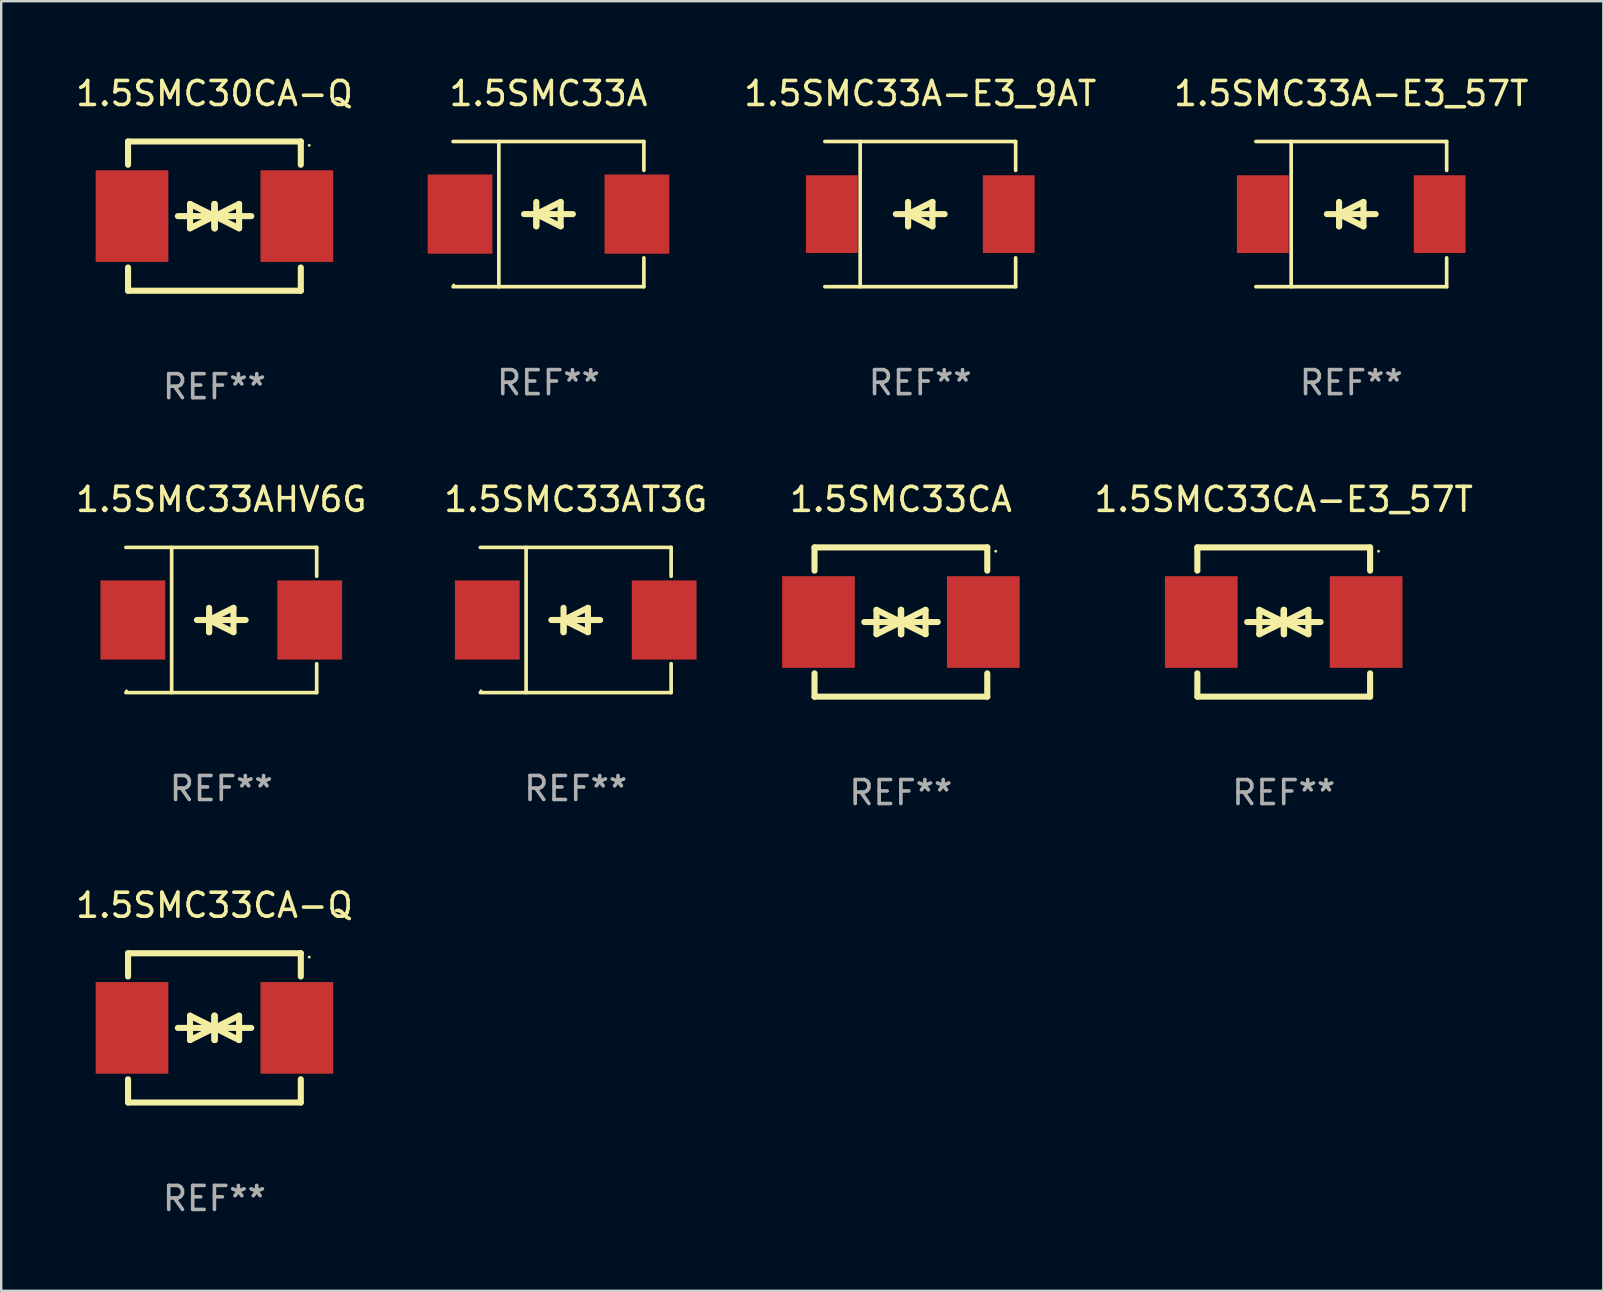
<source format=kicad_pcb>
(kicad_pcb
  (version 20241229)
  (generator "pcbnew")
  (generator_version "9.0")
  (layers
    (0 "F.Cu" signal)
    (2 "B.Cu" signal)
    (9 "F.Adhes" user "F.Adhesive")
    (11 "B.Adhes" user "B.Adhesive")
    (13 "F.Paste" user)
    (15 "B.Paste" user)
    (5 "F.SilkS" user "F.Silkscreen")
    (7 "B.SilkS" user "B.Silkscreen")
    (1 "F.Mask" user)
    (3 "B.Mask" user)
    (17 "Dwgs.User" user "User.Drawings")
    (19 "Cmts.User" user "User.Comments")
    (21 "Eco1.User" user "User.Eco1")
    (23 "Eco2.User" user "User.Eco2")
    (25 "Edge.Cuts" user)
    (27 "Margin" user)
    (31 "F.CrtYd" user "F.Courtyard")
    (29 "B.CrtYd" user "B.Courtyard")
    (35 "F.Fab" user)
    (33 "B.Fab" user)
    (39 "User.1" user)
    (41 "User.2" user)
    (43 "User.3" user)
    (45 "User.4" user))
  (footprint "1.5SMC33AT3G"
    (layer "F.Cu")
    (at 20.946 22.791)
    (property "Reference" "1.5SMC33AT3G" (at 0 -5.026 0) (layer "F.SilkS") (effects (font (size 1 1) (thickness 0.15))))
    (attr through_hole)
    (fp_line (start -3.976 -3.026) (end 3.976 -3.026) (stroke (width 0.152) (type solid)) (layer "F.SilkS"))
    (fp_line (start -3.976 3.026) (end 3.976 3.026) (stroke (width 0.152) (type solid)) (layer "F.SilkS"))
    (fp_line (start -2.069 -3.026) (end -2.069 3.026) (stroke (width 0.152) (type solid)) (layer "F.SilkS"))
    (fp_line (start -0.508 0) (end -0.508 0.508) (stroke (width 0.254) (type solid)) (layer "F.SilkS"))
    (fp_line (start -0.508 0) (end 0.508 0.508) (stroke (width 0.254) (type solid)) (layer "F.SilkS"))
    (fp_line (start -0.508 0.508) (end -0.508 -0.508) (stroke (width 0.254) (type solid)) (layer "F.SilkS"))
    (fp_line (start 0.508 -0.508) (end -0.508 0) (stroke (width 0.254) (type solid)) (layer "F.SilkS"))
    (fp_line (start 0.508 0.508) (end 0.508 -0.508) (stroke (width 0.254) (type solid)) (layer "F.SilkS"))
    (fp_line (start 1.016 0) (end -1.016 0) (stroke (width 0.254) (type solid)) (layer "F.SilkS"))
    (fp_line (start 3.976 -3.026) (end 3.976 -1.823) (stroke (width 0.152) (type solid)) (layer "F.SilkS"))
    (fp_line (start 3.976 3.026) (end 3.976 1.823) (stroke (width 0.152) (type solid)) (layer "F.SilkS"))
    (fp_circle (center -3.95 2.95) (end -3.92 2.95) (stroke (width 0.06) (type solid)) (fill no) (layer "F.SilkS"))
    (fp_text user "REF**" (at 0 7.026 0) (layer "F.Fab") (effects (font (size 1 1) (thickness 0.15))))
    (pad "1" smd rect (at -3.686 0) (size 2.7 3.3) (layers "F.Cu" "F.Mask" "F.Paste"))
    (pad "2" smd rect (at 3.686 0) (size 2.7 3.3) (layers "F.Cu" "F.Mask" "F.Paste")))
  (footprint "1.5SMC33A-E3_9AT"
    (layer "F.Cu")
    (at 35.305 5.874)
    (property "Reference" "1.5SMC33A-E3_9AT" (at 0 -5.026 0) (layer "F.SilkS") (effects (font (size 1 1) (thickness 0.15))))
    (attr through_hole)
    (fp_line (start -3.976 -3.026) (end 3.976 -3.026) (stroke (width 0.152) (type solid)) (layer "F.SilkS"))
    (fp_line (start -3.976 3.026) (end 3.976 3.026) (stroke (width 0.152) (type solid)) (layer "F.SilkS"))
    (fp_line (start -2.504 -3.026) (end -2.504 3.026) (stroke (width 0.152) (type solid)) (layer "F.SilkS"))
    (fp_line (start -0.508 0) (end -0.508 0.508) (stroke (width 0.254) (type solid)) (layer "F.SilkS"))
    (fp_line (start -0.508 0) (end 0.508 0.508) (stroke (width 0.254) (type solid)) (layer "F.SilkS"))
    (fp_line (start -0.508 0.508) (end -0.508 -0.508) (stroke (width 0.254) (type solid)) (layer "F.SilkS"))
    (fp_line (start 0.508 -0.508) (end -0.508 0) (stroke (width 0.254) (type solid)) (layer "F.SilkS"))
    (fp_line (start 0.508 0.508) (end 0.508 -0.508) (stroke (width 0.254) (type solid)) (layer "F.SilkS"))
    (fp_line (start 1.016 0) (end -1.016 0) (stroke (width 0.254) (type solid)) (layer "F.SilkS"))
    (fp_line (start 3.976 -3.026) (end 3.976 -1.823) (stroke (width 0.152) (type solid)) (layer "F.SilkS"))
    (fp_line (start 3.976 3.026) (end 3.976 1.823) (stroke (width 0.152) (type solid)) (layer "F.SilkS"))
    (fp_circle (center 3.95 -2.95) (end 3.98 -2.95) (stroke (width 0.06) (type solid)) (fill no) (layer "F.SilkS"))
    (fp_text user "REF**" (at 0 7.026 0) (layer "F.Fab") (effects (font (size 1 1) (thickness 0.15))))
    (pad "1" smd rect (at 3.686 0 180) (size 2.158 3.24) (layers "F.Cu" "F.Mask" "F.Paste"))
    (pad "2" smd rect (at -3.686 0 180) (size 2.158 3.24) (layers "F.Cu" "F.Mask" "F.Paste")))
  (footprint "1.5SMC33AHV6G"
    (layer "F.Cu")
    (at 6.173 22.791)
    (property "Reference" "1.5SMC33AHV6G" (at 0 -5.026 0) (layer "F.SilkS") (effects (font (size 1 1) (thickness 0.15))))
    (attr through_hole)
    (fp_line (start -3.976 -3.026) (end 3.976 -3.026) (stroke (width 0.152) (type solid)) (layer "F.SilkS"))
    (fp_line (start -3.976 3.026) (end 3.976 3.026) (stroke (width 0.152) (type solid)) (layer "F.SilkS"))
    (fp_line (start -2.069 -3.026) (end -2.069 3.026) (stroke (width 0.152) (type solid)) (layer "F.SilkS"))
    (fp_line (start -0.508 0) (end -0.508 0.508) (stroke (width 0.254) (type solid)) (layer "F.SilkS"))
    (fp_line (start -0.508 0) (end 0.508 0.508) (stroke (width 0.254) (type solid)) (layer "F.SilkS"))
    (fp_line (start -0.508 0.508) (end -0.508 -0.508) (stroke (width 0.254) (type solid)) (layer "F.SilkS"))
    (fp_line (start 0.508 -0.508) (end -0.508 0) (stroke (width 0.254) (type solid)) (layer "F.SilkS"))
    (fp_line (start 0.508 0.508) (end 0.508 -0.508) (stroke (width 0.254) (type solid)) (layer "F.SilkS"))
    (fp_line (start 1.016 0) (end -1.016 0) (stroke (width 0.254) (type solid)) (layer "F.SilkS"))
    (fp_line (start 3.976 -3.026) (end 3.976 -1.823) (stroke (width 0.152) (type solid)) (layer "F.SilkS"))
    (fp_line (start 3.976 3.026) (end 3.976 1.823) (stroke (width 0.152) (type solid)) (layer "F.SilkS"))
    (fp_circle (center -3.95 2.95) (end -3.92 2.95) (stroke (width 0.06) (type solid)) (fill no) (layer "F.SilkS"))
    (fp_text user "REF**" (at 0 7.026 0) (layer "F.Fab") (effects (font (size 1 1) (thickness 0.15))))
    (pad "1" smd rect (at -3.686 0) (size 2.7 3.3) (layers "F.Cu" "F.Mask" "F.Paste"))
    (pad "2" smd rect (at 3.686 0) (size 2.7 3.3) (layers "F.Cu" "F.Mask" "F.Paste")))
  (footprint "1.5SMC33CA"
    (layer "F.Cu")
    (at 34.498 22.875)
    (property "Reference" "1.5SMC33CA" (at 0 -5.11 0) (layer "F.SilkS") (effects (font (size 1 1) (thickness 0.15))))
    (attr through_hole)
    (fp_line (start -3.6 -2.141) (end -3.6 -3.11) (stroke (width 0.254) (type solid)) (layer "F.SilkS"))
    (fp_line (start -3.6 3.11) (end -3.6 2.141) (stroke (width 0.254) (type solid)) (layer "F.SilkS"))
    (fp_line (start -1.524 0) (end 0.508 0) (stroke (width 0.254) (type solid)) (layer "F.SilkS"))
    (fp_line (start -1.016 -0.508) (end -1.016 0.508) (stroke (width 0.254) (type solid)) (layer "F.SilkS"))
    (fp_line (start -1.016 0.508) (end 0 0) (stroke (width 0.254) (type solid)) (layer "F.SilkS"))
    (fp_line (start 0 -0.508) (end 0 0.508) (stroke (width 0.254) (type solid)) (layer "F.SilkS"))
    (fp_line (start 0 0) (end -1.016 -0.508) (stroke (width 0.254) (type solid)) (layer "F.SilkS"))
    (fp_line (start 0 0) (end 0 -0.508) (stroke (width 0.254) (type solid)) (layer "F.SilkS"))
    (fp_line (start 0.012 0) (end 0.012 0.508) (stroke (width 0.254) (type solid)) (layer "F.SilkS"))
    (fp_line (start 0.012 0) (end 1.028 0.508) (stroke (width 0.254) (type solid)) (layer "F.SilkS"))
    (fp_line (start 0.012 0.508) (end 0.012 -0.508) (stroke (width 0.254) (type solid)) (layer "F.SilkS"))
    (fp_line (start 1.028 -0.508) (end 0.012 0) (stroke (width 0.254) (type solid)) (layer "F.SilkS"))
    (fp_line (start 1.028 0.508) (end 1.028 -0.508) (stroke (width 0.254) (type solid)) (layer "F.SilkS"))
    (fp_line (start 1.536 0) (end -0.496 0) (stroke (width 0.254) (type solid)) (layer "F.SilkS"))
    (fp_line (start 3.6 -3.11) (end -3.6 -3.11) (stroke (width 0.254) (type solid)) (layer "F.SilkS"))
    (fp_line (start 3.6 -2.141) (end 3.6 -3.11) (stroke (width 0.254) (type solid)) (layer "F.SilkS"))
    (fp_line (start 3.6 3.11) (end -3.6 3.11) (stroke (width 0.254) (type solid)) (layer "F.SilkS"))
    (fp_line (start 3.6 3.11) (end 3.6 2.141) (stroke (width 0.254) (type solid)) (layer "F.SilkS"))
    (fp_circle (center 3.952 -2.95) (end 3.982 -2.95) (stroke (width 0.06) (type solid)) (fill no) (layer "F.SilkS"))
    (fp_text user "REF**" (at 0 7.11 0) (layer "F.Fab") (effects (font (size 1 1) (thickness 0.15))))
    (pad "1" smd rect (at 3.435 0) (size 3.03 3.82) (layers "F.Cu" "F.Mask" "F.Paste"))
    (pad "2" smd rect (at -3.435 0) (size 3.03 3.82) (layers "F.Cu" "F.Mask" "F.Paste")))
  (footprint "1.5SMC33CA-E3_57T"
    (layer "F.Cu")
    (at 50.454 22.875)
    (property "Reference" "1.5SMC33CA-E3_57T" (at 0 -5.11 0) (layer "F.SilkS") (effects (font (size 1 1) (thickness 0.15))))
    (attr through_hole)
    (fp_line (start -3.6 -2.141) (end -3.6 -3.11) (stroke (width 0.254) (type solid)) (layer "F.SilkS"))
    (fp_line (start -3.6 3.11) (end -3.6 2.141) (stroke (width 0.254) (type solid)) (layer "F.SilkS"))
    (fp_line (start -1.524 0) (end 0.508 0) (stroke (width 0.254) (type solid)) (layer "F.SilkS"))
    (fp_line (start -1.016 -0.508) (end -1.016 0.508) (stroke (width 0.254) (type solid)) (layer "F.SilkS"))
    (fp_line (start -1.016 0.508) (end 0 0) (stroke (width 0.254) (type solid)) (layer "F.SilkS"))
    (fp_line (start 0 -0.508) (end 0 0.508) (stroke (width 0.254) (type solid)) (layer "F.SilkS"))
    (fp_line (start 0 0) (end -1.016 -0.508) (stroke (width 0.254) (type solid)) (layer "F.SilkS"))
    (fp_line (start 0 0) (end 0 -0.508) (stroke (width 0.254) (type solid)) (layer "F.SilkS"))
    (fp_line (start 0.012 0) (end 0.012 0.508) (stroke (width 0.254) (type solid)) (layer "F.SilkS"))
    (fp_line (start 0.012 0) (end 1.028 0.508) (stroke (width 0.254) (type solid)) (layer "F.SilkS"))
    (fp_line (start 0.012 0.508) (end 0.012 -0.508) (stroke (width 0.254) (type solid)) (layer "F.SilkS"))
    (fp_line (start 1.028 -0.508) (end 0.012 0) (stroke (width 0.254) (type solid)) (layer "F.SilkS"))
    (fp_line (start 1.028 0.508) (end 1.028 -0.508) (stroke (width 0.254) (type solid)) (layer "F.SilkS"))
    (fp_line (start 1.536 0) (end -0.496 0) (stroke (width 0.254) (type solid)) (layer "F.SilkS"))
    (fp_line (start 3.6 -3.11) (end -3.6 -3.11) (stroke (width 0.254) (type solid)) (layer "F.SilkS"))
    (fp_line (start 3.6 -2.141) (end 3.6 -3.11) (stroke (width 0.254) (type solid)) (layer "F.SilkS"))
    (fp_line (start 3.6 3.11) (end -3.6 3.11) (stroke (width 0.254) (type solid)) (layer "F.SilkS"))
    (fp_line (start 3.6 3.11) (end 3.6 2.141) (stroke (width 0.254) (type solid)) (layer "F.SilkS"))
    (fp_circle (center 3.952 -2.95) (end 3.982 -2.95) (stroke (width 0.06) (type solid)) (fill no) (layer "F.SilkS"))
    (fp_text user "REF**" (at 0 7.11 0) (layer "F.Fab") (effects (font (size 1 1) (thickness 0.15))))
    (pad "1" smd rect (at 3.435 0) (size 3.03 3.82) (layers "F.Cu" "F.Mask" "F.Paste"))
    (pad "2" smd rect (at -3.435 0) (size 3.03 3.82) (layers "F.Cu" "F.Mask" "F.Paste")))
  (footprint "1.5SMC33A"
    (layer "F.Cu")
    (at 19.81 5.874)
    (property "Reference" "1.5SMC33A" (at 0 -5.026 0) (layer "F.SilkS") (effects (font (size 1 1) (thickness 0.15))))
    (attr through_hole)
    (fp_line (start -3.976 -3.026) (end 3.976 -3.026) (stroke (width 0.152) (type solid)) (layer "F.SilkS"))
    (fp_line (start -3.976 3.026) (end 3.976 3.026) (stroke (width 0.152) (type solid)) (layer "F.SilkS"))
    (fp_line (start -2.069 -3.026) (end -2.069 3.026) (stroke (width 0.152) (type solid)) (layer "F.SilkS"))
    (fp_line (start -0.508 0) (end -0.508 0.508) (stroke (width 0.254) (type solid)) (layer "F.SilkS"))
    (fp_line (start -0.508 0) (end 0.508 0.508) (stroke (width 0.254) (type solid)) (layer "F.SilkS"))
    (fp_line (start -0.508 0.508) (end -0.508 -0.508) (stroke (width 0.254) (type solid)) (layer "F.SilkS"))
    (fp_line (start 0.508 -0.508) (end -0.508 0) (stroke (width 0.254) (type solid)) (layer "F.SilkS"))
    (fp_line (start 0.508 0.508) (end 0.508 -0.508) (stroke (width 0.254) (type solid)) (layer "F.SilkS"))
    (fp_line (start 1.016 0) (end -1.016 0) (stroke (width 0.254) (type solid)) (layer "F.SilkS"))
    (fp_line (start 3.976 -3.026) (end 3.976 -1.823) (stroke (width 0.152) (type solid)) (layer "F.SilkS"))
    (fp_line (start 3.976 3.026) (end 3.976 1.823) (stroke (width 0.152) (type solid)) (layer "F.SilkS"))
    (fp_circle (center -3.95 2.95) (end -3.92 2.95) (stroke (width 0.06) (type solid)) (fill no) (layer "F.SilkS"))
    (fp_text user "REF**" (at 0 7.026 0) (layer "F.Fab") (effects (font (size 1 1) (thickness 0.15))))
    (pad "1" smd rect (at -3.686 0) (size 2.7 3.3) (layers "F.Cu" "F.Mask" "F.Paste"))
    (pad "2" smd rect (at 3.686 0) (size 2.7 3.3) (layers "F.Cu" "F.Mask" "F.Paste")))
  (footprint "1.5SMC30CA-Q"
    (layer "F.Cu")
    (at 5.887 5.958)
    (property "Reference" "1.5SMC30CA-Q" (at 0 -5.11 0) (layer "F.SilkS") (effects (font (size 1 1) (thickness 0.15))))
    (attr through_hole)
    (fp_line (start -3.6 -2.141) (end -3.6 -3.11) (stroke (width 0.254) (type solid)) (layer "F.SilkS"))
    (fp_line (start -3.6 3.11) (end -3.6 2.141) (stroke (width 0.254) (type solid)) (layer "F.SilkS"))
    (fp_line (start -1.524 0) (end 0.508 0) (stroke (width 0.254) (type solid)) (layer "F.SilkS"))
    (fp_line (start -1.016 -0.508) (end -1.016 0.508) (stroke (width 0.254) (type solid)) (layer "F.SilkS"))
    (fp_line (start -1.016 0.508) (end 0 0) (stroke (width 0.254) (type solid)) (layer "F.SilkS"))
    (fp_line (start 0 -0.508) (end 0 0.508) (stroke (width 0.254) (type solid)) (layer "F.SilkS"))
    (fp_line (start 0 0) (end -1.016 -0.508) (stroke (width 0.254) (type solid)) (layer "F.SilkS"))
    (fp_line (start 0 0) (end 0 -0.508) (stroke (width 0.254) (type solid)) (layer "F.SilkS"))
    (fp_line (start 0.012 0) (end 0.012 0.508) (stroke (width 0.254) (type solid)) (layer "F.SilkS"))
    (fp_line (start 0.012 0) (end 1.028 0.508) (stroke (width 0.254) (type solid)) (layer "F.SilkS"))
    (fp_line (start 0.012 0.508) (end 0.012 -0.508) (stroke (width 0.254) (type solid)) (layer "F.SilkS"))
    (fp_line (start 1.028 -0.508) (end 0.012 0) (stroke (width 0.254) (type solid)) (layer "F.SilkS"))
    (fp_line (start 1.028 0.508) (end 1.028 -0.508) (stroke (width 0.254) (type solid)) (layer "F.SilkS"))
    (fp_line (start 1.536 0) (end -0.496 0) (stroke (width 0.254) (type solid)) (layer "F.SilkS"))
    (fp_line (start 3.6 -3.11) (end -3.6 -3.11) (stroke (width 0.254) (type solid)) (layer "F.SilkS"))
    (fp_line (start 3.6 -2.141) (end 3.6 -3.11) (stroke (width 0.254) (type solid)) (layer "F.SilkS"))
    (fp_line (start 3.6 3.11) (end -3.6 3.11) (stroke (width 0.254) (type solid)) (layer "F.SilkS"))
    (fp_line (start 3.6 3.11) (end 3.6 2.141) (stroke (width 0.254) (type solid)) (layer "F.SilkS"))
    (fp_circle (center 3.952 -2.95) (end 3.982 -2.95) (stroke (width 0.06) (type solid)) (fill no) (layer "F.SilkS"))
    (fp_text user "REF**" (at 0 7.11 0) (layer "F.Fab") (effects (font (size 1 1) (thickness 0.15))))
    (pad "1" smd rect (at 3.435 0) (size 3.03 3.82) (layers "F.Cu" "F.Mask" "F.Paste"))
    (pad "2" smd rect (at -3.435 0) (size 3.03 3.82) (layers "F.Cu" "F.Mask" "F.Paste")))
  (footprint "1.5SMC33A-E3_57T"
    (layer "F.Cu")
    (at 53.269 5.874)
    (property "Reference" "1.5SMC33A-E3_57T" (at 0 -5.026 0) (layer "F.SilkS") (effects (font (size 1 1) (thickness 0.15))))
    (attr through_hole)
    (fp_line (start -3.976 -3.026) (end 3.976 -3.026) (stroke (width 0.152) (type solid)) (layer "F.SilkS"))
    (fp_line (start -3.976 3.026) (end 3.976 3.026) (stroke (width 0.152) (type solid)) (layer "F.SilkS"))
    (fp_line (start -2.504 -3.026) (end -2.504 3.026) (stroke (width 0.152) (type solid)) (layer "F.SilkS"))
    (fp_line (start -0.508 0) (end -0.508 0.508) (stroke (width 0.254) (type solid)) (layer "F.SilkS"))
    (fp_line (start -0.508 0) (end 0.508 0.508) (stroke (width 0.254) (type solid)) (layer "F.SilkS"))
    (fp_line (start -0.508 0.508) (end -0.508 -0.508) (stroke (width 0.254) (type solid)) (layer "F.SilkS"))
    (fp_line (start 0.508 -0.508) (end -0.508 0) (stroke (width 0.254) (type solid)) (layer "F.SilkS"))
    (fp_line (start 0.508 0.508) (end 0.508 -0.508) (stroke (width 0.254) (type solid)) (layer "F.SilkS"))
    (fp_line (start 1.016 0) (end -1.016 0) (stroke (width 0.254) (type solid)) (layer "F.SilkS"))
    (fp_line (start 3.976 -3.026) (end 3.976 -1.823) (stroke (width 0.152) (type solid)) (layer "F.SilkS"))
    (fp_line (start 3.976 3.026) (end 3.976 1.823) (stroke (width 0.152) (type solid)) (layer "F.SilkS"))
    (fp_circle (center 3.95 -2.95) (end 3.98 -2.95) (stroke (width 0.06) (type solid)) (fill no) (layer "F.SilkS"))
    (fp_text user "REF**" (at 0 7.026 0) (layer "F.Fab") (effects (font (size 1 1) (thickness 0.15))))
    (pad "1" smd rect (at 3.686 0 180) (size 2.158 3.24) (layers "F.Cu" "F.Mask" "F.Paste"))
    (pad "2" smd rect (at -3.686 0 180) (size 2.158 3.24) (layers "F.Cu" "F.Mask" "F.Paste")))
  (footprint "1.5SMC33CA-Q"
    (layer "F.Cu")
    (at 5.887 39.791)
    (property "Reference" "1.5SMC33CA-Q" (at 0 -5.11 0) (layer "F.SilkS") (effects (font (size 1 1) (thickness 0.15))))
    (attr through_hole)
    (fp_line (start -3.6 -2.141) (end -3.6 -3.11) (stroke (width 0.254) (type solid)) (layer "F.SilkS"))
    (fp_line (start -3.6 3.11) (end -3.6 2.141) (stroke (width 0.254) (type solid)) (layer "F.SilkS"))
    (fp_line (start -1.524 0) (end 0.508 0) (stroke (width 0.254) (type solid)) (layer "F.SilkS"))
    (fp_line (start -1.016 -0.508) (end -1.016 0.508) (stroke (width 0.254) (type solid)) (layer "F.SilkS"))
    (fp_line (start -1.016 0.508) (end 0 0) (stroke (width 0.254) (type solid)) (layer "F.SilkS"))
    (fp_line (start 0 -0.508) (end 0 0.508) (stroke (width 0.254) (type solid)) (layer "F.SilkS"))
    (fp_line (start 0 0) (end -1.016 -0.508) (stroke (width 0.254) (type solid)) (layer "F.SilkS"))
    (fp_line (start 0 0) (end 0 -0.508) (stroke (width 0.254) (type solid)) (layer "F.SilkS"))
    (fp_line (start 0.012 0) (end 0.012 0.508) (stroke (width 0.254) (type solid)) (layer "F.SilkS"))
    (fp_line (start 0.012 0) (end 1.028 0.508) (stroke (width 0.254) (type solid)) (layer "F.SilkS"))
    (fp_line (start 0.012 0.508) (end 0.012 -0.508) (stroke (width 0.254) (type solid)) (layer "F.SilkS"))
    (fp_line (start 1.028 -0.508) (end 0.012 0) (stroke (width 0.254) (type solid)) (layer "F.SilkS"))
    (fp_line (start 1.028 0.508) (end 1.028 -0.508) (stroke (width 0.254) (type solid)) (layer "F.SilkS"))
    (fp_line (start 1.536 0) (end -0.496 0) (stroke (width 0.254) (type solid)) (layer "F.SilkS"))
    (fp_line (start 3.6 -3.11) (end -3.6 -3.11) (stroke (width 0.254) (type solid)) (layer "F.SilkS"))
    (fp_line (start 3.6 -2.141) (end 3.6 -3.11) (stroke (width 0.254) (type solid)) (layer "F.SilkS"))
    (fp_line (start 3.6 3.11) (end -3.6 3.11) (stroke (width 0.254) (type solid)) (layer "F.SilkS"))
    (fp_line (start 3.6 3.11) (end 3.6 2.141) (stroke (width 0.254) (type solid)) (layer "F.SilkS"))
    (fp_circle (center 3.952 -2.95) (end 3.982 -2.95) (stroke (width 0.06) (type solid)) (fill no) (layer "F.SilkS"))
    (fp_text user "REF**" (at 0 7.11 0) (layer "F.Fab") (effects (font (size 1 1) (thickness 0.15))))
    (pad "1" smd rect (at 3.435 0) (size 3.03 3.82) (layers "F.Cu" "F.Mask" "F.Paste"))
    (pad "2" smd rect (at -3.435 0) (size 3.03 3.82) (layers "F.Cu" "F.Mask" "F.Paste")))
  (gr_rect
    (start -3 -3)
    (end 63.775 50.75)
    (stroke (width 0.1) (type default))
    (fill no)
    (layer "Edge.Cuts")))
</source>
